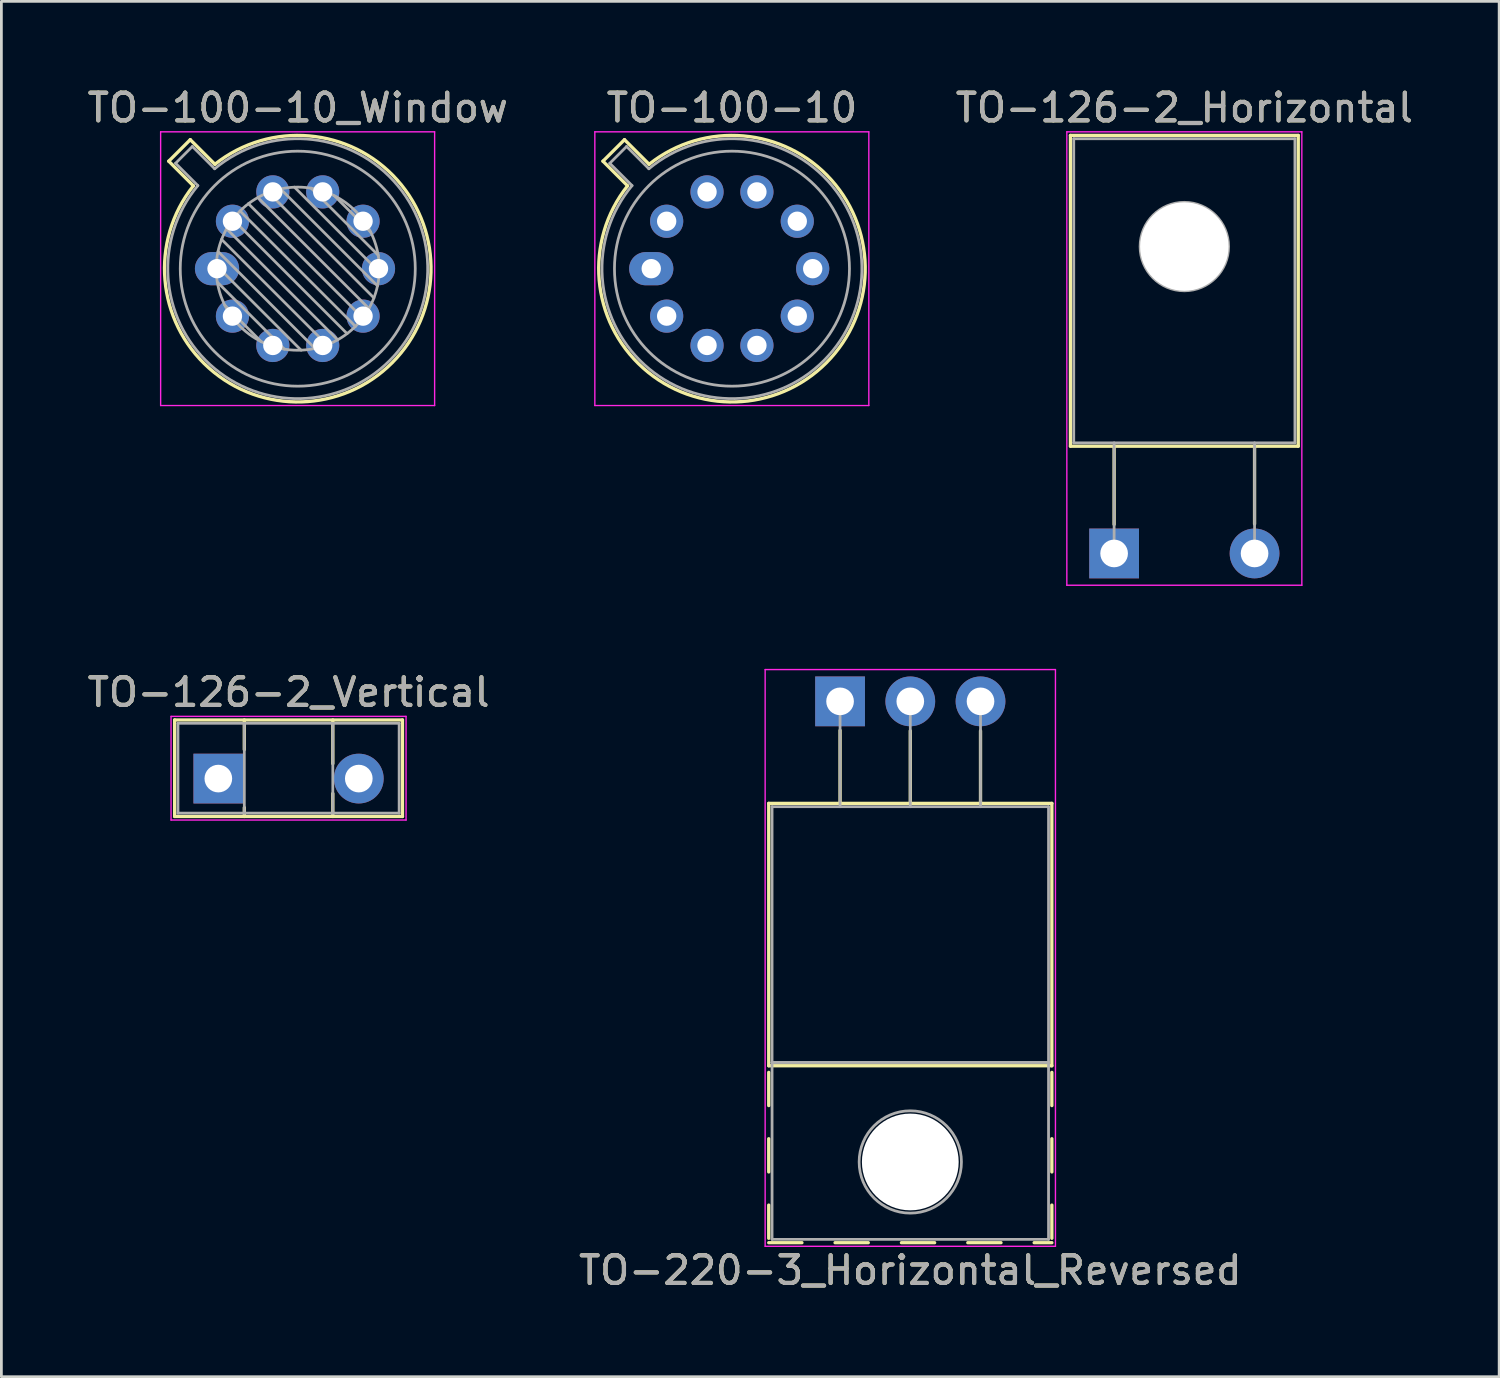
<source format=kicad_pcb>
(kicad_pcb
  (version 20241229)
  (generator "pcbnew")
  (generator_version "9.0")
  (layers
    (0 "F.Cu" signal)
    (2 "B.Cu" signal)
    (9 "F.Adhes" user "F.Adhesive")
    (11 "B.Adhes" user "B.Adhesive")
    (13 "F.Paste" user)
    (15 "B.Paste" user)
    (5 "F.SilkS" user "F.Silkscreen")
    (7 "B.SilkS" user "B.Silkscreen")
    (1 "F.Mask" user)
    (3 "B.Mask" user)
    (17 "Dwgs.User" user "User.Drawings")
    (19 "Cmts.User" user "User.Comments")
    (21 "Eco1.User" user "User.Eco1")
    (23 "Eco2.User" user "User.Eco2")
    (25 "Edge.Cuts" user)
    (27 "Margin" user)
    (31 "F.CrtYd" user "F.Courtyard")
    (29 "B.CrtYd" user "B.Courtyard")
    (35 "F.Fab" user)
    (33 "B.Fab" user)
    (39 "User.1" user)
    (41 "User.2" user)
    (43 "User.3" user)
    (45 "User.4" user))
  (footprint "TO-100-10_Window"
    (layer "F.Cu")
    (at 4.8 6.668)
    (property "Reference" "TO-100-10_Window" (at 2.92 -5.82 0) (layer "F.SilkS") (effects (font (size 1 1) (thickness 0.15))))
    (attr through_hole)
    (fp_line (start -1.746 -3.888) (end -0.855 -2.997) (stroke (width 0.12) (type solid)) (layer "F.SilkS"))
    (fp_line (start -0.968 -4.666) (end -1.746 -3.888) (stroke (width 0.12) (type solid)) (layer "F.SilkS"))
    (fp_line (start -0.077 -3.775) (end -0.968 -4.666) (stroke (width 0.12) (type solid)) (layer "F.SilkS"))
    (fp_arc (start -0.077084 -3.774902) (mid 6.328125 3.408384) (end -0.854674 -2.997371) (stroke (width 0.12) (type solid)) (layer "F.SilkS"))
    (fp_line (start -2.04 -4.95) (end -2.04 4.95) (stroke (width 0.05) (type solid)) (layer "F.CrtYd"))
    (fp_line (start -2.04 4.95) (end 7.87 4.95) (stroke (width 0.05) (type solid)) (layer "F.CrtYd"))
    (fp_line (start 7.87 -4.95) (end -2.04 -4.95) (stroke (width 0.05) (type solid)) (layer "F.CrtYd"))
    (fp_line (start 7.87 4.95) (end 7.87 -4.95) (stroke (width 0.05) (type solid)) (layer "F.CrtYd"))
    (fp_line (start -1.5 -3.812) (end -0.694 -3.005) (stroke (width 0.1) (type solid)) (layer "F.Fab"))
    (fp_line (start -0.892 -4.42) (end -1.5 -3.812) (stroke (width 0.1) (type solid)) (layer "F.Fab"))
    (fp_line (start -0.085 -3.614) (end -0.892 -4.42) (stroke (width 0.1) (type solid)) (layer "F.Fab"))
    (fp_line (start -0.028 -0.12) (end 3.04 2.948) (stroke (width 0.1) (type solid)) (layer "F.Fab"))
    (fp_line (start 0.009 0.485) (end 2.435 2.911) (stroke (width 0.1) (type solid)) (layer "F.Fab"))
    (fp_line (start 0.036 -0.622) (end 3.542 2.884) (stroke (width 0.1) (type solid)) (layer "F.Fab"))
    (fp_line (start 0.165 -1.058) (end 3.978 2.755) (stroke (width 0.1) (type solid)) (layer "F.Fab"))
    (fp_line (start 0.283 1.324) (end 1.596 2.637) (stroke (width 0.1) (type solid)) (layer "F.Fab"))
    (fp_line (start 0.346 -1.443) (end 4.363 2.574) (stroke (width 0.1) (type solid)) (layer "F.Fab"))
    (fp_line (start 0.57 -1.784) (end 4.704 2.35) (stroke (width 0.1) (type solid)) (layer "F.Fab"))
    (fp_line (start 0.834 -2.086) (end 5.006 2.086) (stroke (width 0.1) (type solid)) (layer "F.Fab"))
    (fp_line (start 1.136 -2.35) (end 5.27 1.784) (stroke (width 0.1) (type solid)) (layer "F.Fab"))
    (fp_line (start 1.477 -2.574) (end 5.494 1.443) (stroke (width 0.1) (type solid)) (layer "F.Fab"))
    (fp_line (start 1.862 -2.755) (end 5.675 1.058) (stroke (width 0.1) (type solid)) (layer "F.Fab"))
    (fp_line (start 2.298 -2.884) (end 5.804 0.622) (stroke (width 0.1) (type solid)) (layer "F.Fab"))
    (fp_line (start 2.8 -2.948) (end 5.868 0.12) (stroke (width 0.1) (type solid)) (layer "F.Fab"))
    (fp_line (start 3.405 -2.911) (end 5.831 -0.485) (stroke (width 0.1) (type solid)) (layer "F.Fab"))
    (fp_line (start 4.244 -2.637) (end 5.557 -1.324) (stroke (width 0.1) (type solid)) (layer "F.Fab"))
    (fp_arc (start -0.085408 -3.61352) (mid 6.243443 3.323361) (end -0.693594 -3.005319) (stroke (width 0.1) (type solid)) (layer "F.Fab"))
    (fp_circle (center 2.92 0) (end 5.87 0) (stroke (width 0.1) (type solid)) (fill no) (layer "F.Fab"))
    (fp_circle (center 2.92 0) (end 7.17 0) (stroke (width 0.1) (type solid)) (fill no) (layer "F.Fab"))
    (fp_text user "${REFERENCE}" (at 2.92 -5.82 0) (layer "F.Fab") (effects (font (size 1 1) (thickness 0.15))))
    (pad "1" thru_hole oval (at 0 0) (size 1.6 1.2) (drill 0.7) (layers "*.Cu" "*.Mask"))
    (pad "2" thru_hole oval (at 0.558 1.716) (size 1.2 1.2) (drill 0.7) (layers "*.Cu" "*.Mask"))
    (pad "3" thru_hole oval (at 2.018 2.777) (size 1.2 1.2) (drill 0.7) (layers "*.Cu" "*.Mask"))
    (pad "4" thru_hole oval (at 3.822 2.777) (size 1.2 1.2) (drill 0.7) (layers "*.Cu" "*.Mask"))
    (pad "5" thru_hole oval (at 5.282 1.716) (size 1.2 1.2) (drill 0.7) (layers "*.Cu" "*.Mask"))
    (pad "6" thru_hole oval (at 5.84 0) (size 1.2 1.2) (drill 0.7) (layers "*.Cu" "*.Mask"))
    (pad "7" thru_hole oval (at 5.282 -1.716) (size 1.2 1.2) (drill 0.7) (layers "*.Cu" "*.Mask"))
    (pad "8" thru_hole oval (at 3.822 -2.777) (size 1.2 1.2) (drill 0.7) (layers "*.Cu" "*.Mask"))
    (pad "9" thru_hole oval (at 2.018 -2.777) (size 1.2 1.2) (drill 0.7) (layers "*.Cu" "*.Mask"))
    (pad "10" thru_hole oval (at 0.558 -1.716) (size 1.2 1.2) (drill 0.7) (layers "*.Cu" "*.Mask")))
  (footprint "TO-220-3_Horizontal_Reversed"
    (layer "F.Cu")
    (at 27.335 22.318)
    (property "Reference" "TO-220-3_Horizontal_Reversed" (at 2.54 20.58 0) (layer "F.SilkS") (effects (font (size 1 1) (thickness 0.15))))
    (attr through_hole)
    (fp_line (start -2.58 3.69) (end -2.58 13.18) (stroke (width 0.12) (type solid)) (layer "F.SilkS"))
    (fp_line (start -2.58 3.69) (end 7.66 3.69) (stroke (width 0.12) (type solid)) (layer "F.SilkS"))
    (fp_line (start -2.58 13.18) (end 7.66 13.18) (stroke (width 0.12) (type solid)) (layer "F.SilkS"))
    (fp_line (start -2.58 13.42) (end -2.58 14.62) (stroke (width 0.12) (type solid)) (layer "F.SilkS"))
    (fp_line (start -2.58 15.82) (end -2.58 17.02) (stroke (width 0.12) (type solid)) (layer "F.SilkS"))
    (fp_line (start -2.58 18.22) (end -2.58 19.42) (stroke (width 0.12) (type solid)) (layer "F.SilkS"))
    (fp_line (start -2.58 19.58) (end -1.38 19.58) (stroke (width 0.12) (type solid)) (layer "F.SilkS"))
    (fp_line (start -0.181 19.58) (end 1.02 19.58) (stroke (width 0.12) (type solid)) (layer "F.SilkS"))
    (fp_line (start 0 1.05) (end 0 3.69) (stroke (width 0.12) (type solid)) (layer "F.SilkS"))
    (fp_line (start 2.22 19.58) (end 3.42 19.58) (stroke (width 0.12) (type solid)) (layer "F.SilkS"))
    (fp_line (start 2.54 1.066) (end 2.54 3.69) (stroke (width 0.12) (type solid)) (layer "F.SilkS"))
    (fp_line (start 4.62 19.58) (end 5.82 19.58) (stroke (width 0.12) (type solid)) (layer "F.SilkS"))
    (fp_line (start 5.08 1.066) (end 5.08 3.69) (stroke (width 0.12) (type solid)) (layer "F.SilkS"))
    (fp_line (start 7.02 19.58) (end 7.66 19.58) (stroke (width 0.12) (type solid)) (layer "F.SilkS"))
    (fp_line (start 7.66 3.69) (end 7.66 13.18) (stroke (width 0.12) (type solid)) (layer "F.SilkS"))
    (fp_line (start 7.66 13.42) (end 7.66 14.62) (stroke (width 0.12) (type solid)) (layer "F.SilkS"))
    (fp_line (start 7.66 15.82) (end 7.66 17.02) (stroke (width 0.12) (type solid)) (layer "F.SilkS"))
    (fp_line (start 7.66 18.22) (end 7.66 19.42) (stroke (width 0.12) (type solid)) (layer "F.SilkS"))
    (fp_line (start -2.71 -1.15) (end -2.71 19.71) (stroke (width 0.05) (type solid)) (layer "F.CrtYd"))
    (fp_line (start -2.71 19.71) (end 7.79 19.71) (stroke (width 0.05) (type solid)) (layer "F.CrtYd"))
    (fp_line (start 7.79 -1.15) (end -2.71 -1.15) (stroke (width 0.05) (type solid)) (layer "F.CrtYd"))
    (fp_line (start 7.79 19.71) (end 7.79 -1.15) (stroke (width 0.05) (type solid)) (layer "F.CrtYd"))
    (fp_line (start -2.46 3.81) (end -2.46 13.06) (stroke (width 0.1) (type solid)) (layer "F.Fab"))
    (fp_line (start -2.46 13.06) (end -2.46 19.46) (stroke (width 0.1) (type solid)) (layer "F.Fab"))
    (fp_line (start -2.46 13.06) (end 7.54 13.06) (stroke (width 0.1) (type solid)) (layer "F.Fab"))
    (fp_line (start -2.46 19.46) (end 7.54 19.46) (stroke (width 0.1) (type solid)) (layer "F.Fab"))
    (fp_line (start 0 3.81) (end 0 0) (stroke (width 0.1) (type solid)) (layer "F.Fab"))
    (fp_line (start 2.54 3.81) (end 2.54 0) (stroke (width 0.1) (type solid)) (layer "F.Fab"))
    (fp_line (start 5.08 3.81) (end 5.08 0) (stroke (width 0.1) (type solid)) (layer "F.Fab"))
    (fp_line (start 7.54 3.81) (end -2.46 3.81) (stroke (width 0.1) (type solid)) (layer "F.Fab"))
    (fp_line (start 7.54 13.06) (end -2.46 13.06) (stroke (width 0.1) (type solid)) (layer "F.Fab"))
    (fp_line (start 7.54 13.06) (end 7.54 3.81) (stroke (width 0.1) (type solid)) (layer "F.Fab"))
    (fp_line (start 7.54 19.46) (end 7.54 13.06) (stroke (width 0.1) (type solid)) (layer "F.Fab"))
    (fp_circle (center 2.54 16.66) (end 4.39 16.66) (stroke (width 0.1) (type solid)) (fill no) (layer "F.Fab"))
    (fp_text user "${REFERENCE}" (at 2.54 20.58 0) (layer "F.Fab") (effects (font (size 1 1) (thickness 0.15))))
    (pad "" np_thru_hole oval (at 2.54 16.66) (size 3.5 3.5) (drill 3.5) (layers "*.Cu" "*.Mask"))
    (pad "1" thru_hole rect (at 0 0) (size 1.8 1.8) (drill 1) (layers "*.Cu" "*.Mask"))
    (pad "2" thru_hole oval (at 2.54 0) (size 1.8 1.8) (drill 1) (layers "*.Cu" "*.Mask"))
    (pad "3" thru_hole oval (at 5.08 0) (size 1.8 1.8) (drill 1) (layers "*.Cu" "*.Mask")))
  (footprint "TO-100-10"
    (layer "F.Cu")
    (at 20.505 6.668)
    (property "Reference" "TO-100-10" (at 2.92 -5.82 0) (layer "F.SilkS") (effects (font (size 1 1) (thickness 0.15))))
    (attr through_hole)
    (fp_line (start -1.746 -3.888) (end -0.855 -2.997) (stroke (width 0.12) (type solid)) (layer "F.SilkS"))
    (fp_line (start -0.968 -4.666) (end -1.746 -3.888) (stroke (width 0.12) (type solid)) (layer "F.SilkS"))
    (fp_line (start -0.077 -3.775) (end -0.968 -4.666) (stroke (width 0.12) (type solid)) (layer "F.SilkS"))
    (fp_arc (start -0.077084 -3.774902) (mid 6.328125 3.408384) (end -0.854674 -2.997371) (stroke (width 0.12) (type solid)) (layer "F.SilkS"))
    (fp_line (start -2.04 -4.95) (end -2.04 4.95) (stroke (width 0.05) (type solid)) (layer "F.CrtYd"))
    (fp_line (start -2.04 4.95) (end 7.87 4.95) (stroke (width 0.05) (type solid)) (layer "F.CrtYd"))
    (fp_line (start 7.87 -4.95) (end -2.04 -4.95) (stroke (width 0.05) (type solid)) (layer "F.CrtYd"))
    (fp_line (start 7.87 4.95) (end 7.87 -4.95) (stroke (width 0.05) (type solid)) (layer "F.CrtYd"))
    (fp_line (start -1.5 -3.812) (end -0.694 -3.005) (stroke (width 0.1) (type solid)) (layer "F.Fab"))
    (fp_line (start -0.892 -4.42) (end -1.5 -3.812) (stroke (width 0.1) (type solid)) (layer "F.Fab"))
    (fp_line (start -0.085 -3.614) (end -0.892 -4.42) (stroke (width 0.1) (type solid)) (layer "F.Fab"))
    (fp_arc (start -0.085408 -3.61352) (mid 6.243443 3.323361) (end -0.693594 -3.005319) (stroke (width 0.1) (type solid)) (layer "F.Fab"))
    (fp_circle (center 2.92 0) (end 7.17 0) (stroke (width 0.1) (type solid)) (fill no) (layer "F.Fab"))
    (fp_text user "${REFERENCE}" (at 2.92 -5.82 0) (layer "F.Fab") (effects (font (size 1 1) (thickness 0.15))))
    (pad "1" thru_hole oval (at 0 0) (size 1.6 1.2) (drill 0.7) (layers "*.Cu" "*.Mask"))
    (pad "2" thru_hole oval (at 0.558 1.716) (size 1.2 1.2) (drill 0.7) (layers "*.Cu" "*.Mask"))
    (pad "3" thru_hole oval (at 2.018 2.777) (size 1.2 1.2) (drill 0.7) (layers "*.Cu" "*.Mask"))
    (pad "4" thru_hole oval (at 3.822 2.777) (size 1.2 1.2) (drill 0.7) (layers "*.Cu" "*.Mask"))
    (pad "5" thru_hole oval (at 5.282 1.716) (size 1.2 1.2) (drill 0.7) (layers "*.Cu" "*.Mask"))
    (pad "6" thru_hole oval (at 5.84 0) (size 1.2 1.2) (drill 0.7) (layers "*.Cu" "*.Mask"))
    (pad "7" thru_hole oval (at 5.282 -1.716) (size 1.2 1.2) (drill 0.7) (layers "*.Cu" "*.Mask"))
    (pad "8" thru_hole oval (at 3.822 -2.777) (size 1.2 1.2) (drill 0.7) (layers "*.Cu" "*.Mask"))
    (pad "9" thru_hole oval (at 2.018 -2.777) (size 1.2 1.2) (drill 0.7) (layers "*.Cu" "*.Mask"))
    (pad "10" thru_hole oval (at 0.558 -1.716) (size 1.2 1.2) (drill 0.7) (layers "*.Cu" "*.Mask")))
  (footprint "TO-126-2_Horizontal"
    (layer "F.Cu")
    (at 37.247 16.968)
    (property "Reference" "TO-126-2_Horizontal" (at 2.54 -16.12 0) (layer "F.SilkS") (effects (font (size 1 1) (thickness 0.15))))
    (attr through_hole)
    (fp_line (start -1.58 -15.12) (end -1.58 -3.88) (stroke (width 0.12) (type solid)) (layer "F.SilkS"))
    (fp_line (start -1.58 -15.12) (end 6.66 -15.12) (stroke (width 0.12) (type solid)) (layer "F.SilkS"))
    (fp_line (start -1.58 -3.88) (end 6.66 -3.88) (stroke (width 0.12) (type solid)) (layer "F.SilkS"))
    (fp_line (start 0 -3.88) (end 0 -1.05) (stroke (width 0.12) (type solid)) (layer "F.SilkS"))
    (fp_line (start 5.08 -3.88) (end 5.08 -1.066) (stroke (width 0.12) (type solid)) (layer "F.SilkS"))
    (fp_line (start 6.66 -15.12) (end 6.66 -3.88) (stroke (width 0.12) (type solid)) (layer "F.SilkS"))
    (fp_line (start -1.71 -15.25) (end -1.71 1.15) (stroke (width 0.05) (type solid)) (layer "F.CrtYd"))
    (fp_line (start -1.71 1.15) (end 6.79 1.15) (stroke (width 0.05) (type solid)) (layer "F.CrtYd"))
    (fp_line (start 6.79 -15.25) (end -1.71 -15.25) (stroke (width 0.05) (type solid)) (layer "F.CrtYd"))
    (fp_line (start 6.79 1.15) (end 6.79 -15.25) (stroke (width 0.05) (type solid)) (layer "F.CrtYd"))
    (fp_line (start -1.46 -15) (end 6.54 -15) (stroke (width 0.1) (type solid)) (layer "F.Fab"))
    (fp_line (start -1.46 -4) (end -1.46 -15) (stroke (width 0.1) (type solid)) (layer "F.Fab"))
    (fp_line (start 0 -4) (end 0 0) (stroke (width 0.1) (type solid)) (layer "F.Fab"))
    (fp_line (start 5.08 -4) (end 5.08 0) (stroke (width 0.1) (type solid)) (layer "F.Fab"))
    (fp_line (start 6.54 -15) (end 6.54 -4) (stroke (width 0.1) (type solid)) (layer "F.Fab"))
    (fp_line (start 6.54 -4) (end -1.46 -4) (stroke (width 0.1) (type solid)) (layer "F.Fab"))
    (fp_circle (center 2.54 -11.1) (end 4.14 -11.1) (stroke (width 0.1) (type solid)) (fill no) (layer "F.Fab"))
    (fp_text user "${REFERENCE}" (at 2.54 -16.12 0) (layer "F.Fab") (effects (font (size 1 1) (thickness 0.15))))
    (pad "" np_thru_hole oval (at 2.54 -11.1) (size 3.2 3.2) (drill 3.2) (layers "*.Cu" "*.Mask"))
    (pad "1" thru_hole rect (at 0 0) (size 1.8 1.8) (drill 1) (layers "*.Cu" "*.Mask"))
    (pad "2" thru_hole oval (at 5.08 0) (size 1.8 1.8) (drill 1) (layers "*.Cu" "*.Mask")))
  (footprint "TO-126-2_Vertical"
    (layer "F.Cu")
    (at 4.847 25.111)
    (property "Reference" "TO-126-2_Vertical" (at 2.54 -3.12 0) (layer "F.SilkS") (effects (font (size 1 1) (thickness 0.15))))
    (attr through_hole)
    (fp_line (start -1.58 -2.12) (end -1.58 1.37) (stroke (width 0.12) (type solid)) (layer "F.SilkS"))
    (fp_line (start -1.58 -2.12) (end 6.66 -2.12) (stroke (width 0.12) (type solid)) (layer "F.SilkS"))
    (fp_line (start -1.58 1.37) (end 6.66 1.37) (stroke (width 0.12) (type solid)) (layer "F.SilkS"))
    (fp_line (start 0.94 -2.12) (end 0.94 -1.05) (stroke (width 0.12) (type solid)) (layer "F.SilkS"))
    (fp_line (start 0.94 1.05) (end 0.94 1.37) (stroke (width 0.12) (type solid)) (layer "F.SilkS"))
    (fp_line (start 4.141 -2.12) (end 4.141 -0.54) (stroke (width 0.12) (type solid)) (layer "F.SilkS"))
    (fp_line (start 4.141 0.54) (end 4.141 1.37) (stroke (width 0.12) (type solid)) (layer "F.SilkS"))
    (fp_line (start 6.66 -2.12) (end 6.66 1.37) (stroke (width 0.12) (type solid)) (layer "F.SilkS"))
    (fp_line (start -1.71 -2.25) (end -1.71 1.5) (stroke (width 0.05) (type solid)) (layer "F.CrtYd"))
    (fp_line (start -1.71 1.5) (end 6.79 1.5) (stroke (width 0.05) (type solid)) (layer "F.CrtYd"))
    (fp_line (start 6.79 -2.25) (end -1.71 -2.25) (stroke (width 0.05) (type solid)) (layer "F.CrtYd"))
    (fp_line (start 6.79 1.5) (end 6.79 -2.25) (stroke (width 0.05) (type solid)) (layer "F.CrtYd"))
    (fp_line (start -1.46 -2) (end -1.46 1.25) (stroke (width 0.1) (type solid)) (layer "F.Fab"))
    (fp_line (start -1.46 1.25) (end 6.54 1.25) (stroke (width 0.1) (type solid)) (layer "F.Fab"))
    (fp_line (start 0.94 -2) (end 0.94 1.25) (stroke (width 0.1) (type solid)) (layer "F.Fab"))
    (fp_line (start 4.14 -2) (end 4.14 1.25) (stroke (width 0.1) (type solid)) (layer "F.Fab"))
    (fp_line (start 6.54 -2) (end -1.46 -2) (stroke (width 0.1) (type solid)) (layer "F.Fab"))
    (fp_line (start 6.54 1.25) (end 6.54 -2) (stroke (width 0.1) (type solid)) (layer "F.Fab"))
    (fp_text user "${REFERENCE}" (at 2.54 -3.12 0) (layer "F.Fab") (effects (font (size 1 1) (thickness 0.15))))
    (pad "1" thru_hole rect (at 0 0) (size 1.8 1.8) (drill 1) (layers "*.Cu" "*.Mask"))
    (pad "2" thru_hole oval (at 5.08 0) (size 1.8 1.8) (drill 1) (layers "*.Cu" "*.Mask")))
  (gr_rect
    (start -3 -3)
    (end 51.174 46.746)
    (stroke (width 0.1) (type default))
    (fill no)
    (layer "Edge.Cuts")))
</source>
